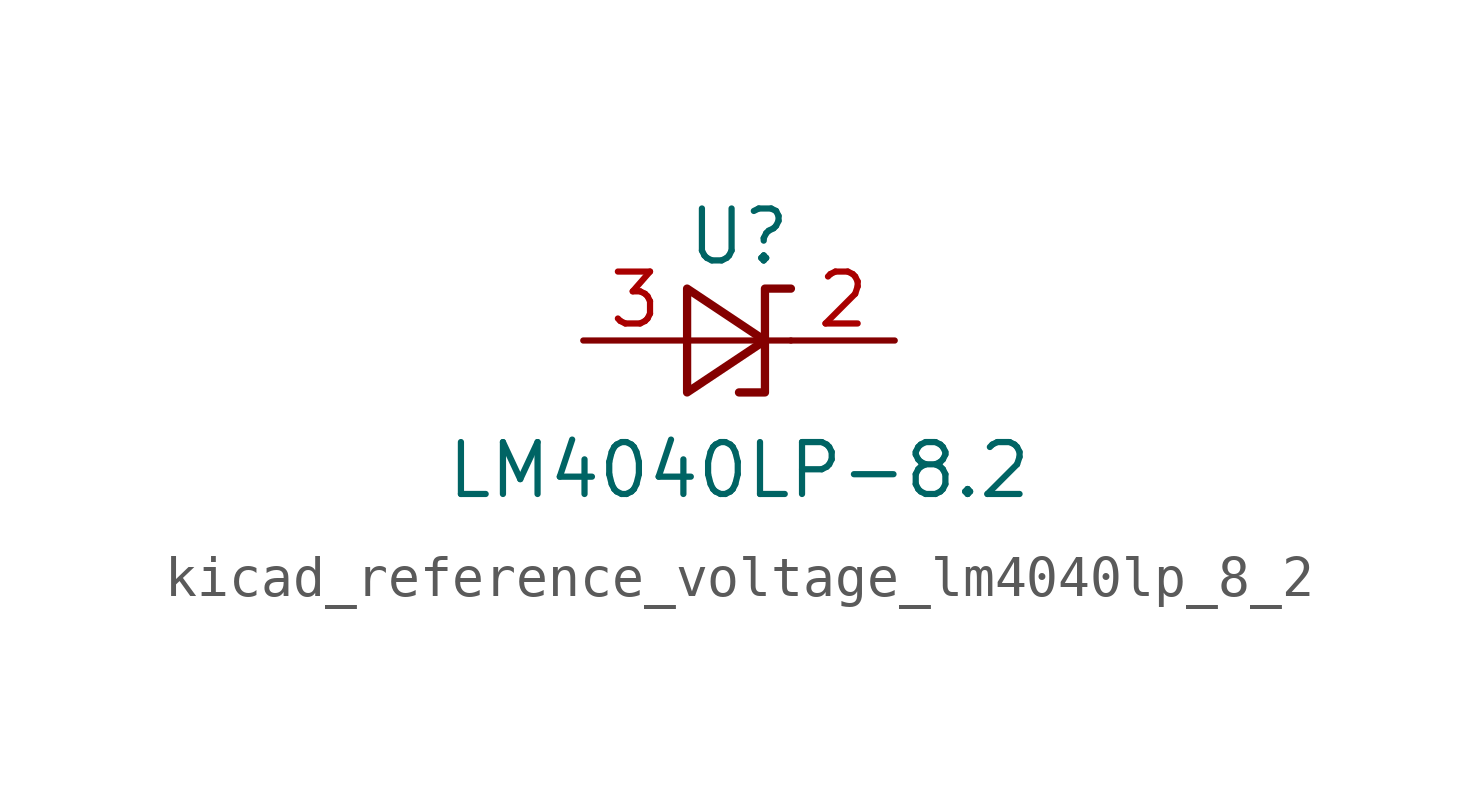
<source format=kicad_sym>
(kicad_symbol_lib
  (version 20220914)
  (generator kicad_symbol_editor)
  (symbol "kicad_reference_voltage_lm4040lp_8_2"
    (pin_names
      (offset 0.025) hide)
    (property "Reference" "U"
      (at 0 2.54 0)
      (effects (font (size 1.27 1.27))))
    (property "Value" "LM4040LP-8.2"
      (at 0 -3.175 0)
      (effects (font (size 1.27 1.27))))
    (symbol "kicad_reference_voltage_lm4040lp_8_2_0_1"
      (polyline (pts (xy -1.27 0) (xy 0 0) (xy 1.27 0)) (stroke (width 0) (type default)) (fill (type none)))
      (polyline (pts (xy -1.27 -1.27) (xy 0.635 0) (xy -1.27 1.27) (xy -1.27 -1.27)) (stroke (width 0.203) (type default)) (fill (type none)))
      (polyline (pts (xy 0 -1.27) (xy 0.635 -1.27) (xy 0.635 1.27) (xy 1.27 1.27)) (stroke (width 0.203) (type default)) (fill (type none))))
    (symbol "kicad_reference_voltage_lm4040lp_8_2_1_1"
      (pin passive line (at 3.81 0 180) (length 2.54) (name "K" (effects (font (size 1.27 1.27)))) (number "2" (effects (font (size 1.27 1.27)))))
      (pin passive line (at -3.81 0 0) (length 2.54) (name "A" (effects (font (size 1.27 1.27)))) (number "3" (effects (font (size 1.27 1.27))))))))
</source>
